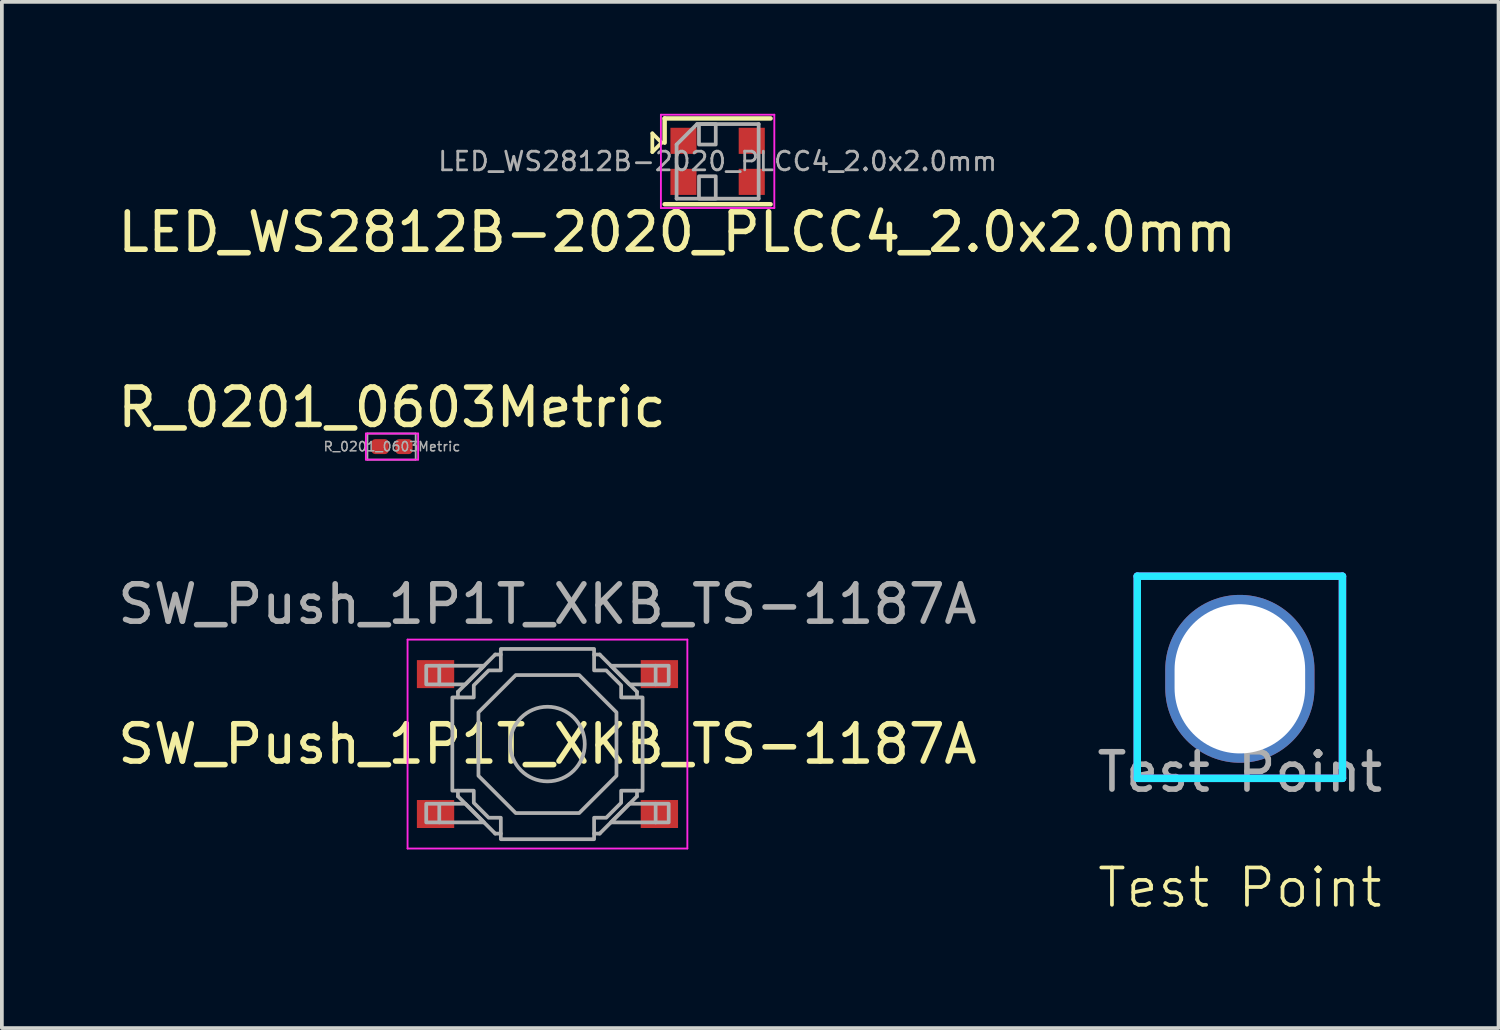
<source format=kicad_pcb>
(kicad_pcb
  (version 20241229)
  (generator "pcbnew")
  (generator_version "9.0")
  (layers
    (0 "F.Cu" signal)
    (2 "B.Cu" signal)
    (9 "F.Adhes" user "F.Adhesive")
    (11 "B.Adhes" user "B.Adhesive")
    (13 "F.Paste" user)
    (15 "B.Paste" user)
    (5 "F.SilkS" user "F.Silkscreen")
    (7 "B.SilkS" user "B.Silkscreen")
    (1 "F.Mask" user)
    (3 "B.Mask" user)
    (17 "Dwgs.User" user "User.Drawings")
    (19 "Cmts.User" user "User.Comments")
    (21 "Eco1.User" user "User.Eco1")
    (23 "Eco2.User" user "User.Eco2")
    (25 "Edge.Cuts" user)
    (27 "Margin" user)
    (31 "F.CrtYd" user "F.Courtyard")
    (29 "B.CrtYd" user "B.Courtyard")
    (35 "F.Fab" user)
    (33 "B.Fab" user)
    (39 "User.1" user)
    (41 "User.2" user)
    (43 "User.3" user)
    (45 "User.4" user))
  (footprint "SW_Push_1P1T_XKB_TS-1187A"
    (layer "F.Cu")
    (at 11.625 16.895)
    (property "Reference" "SW_Push_1P1T_XKB_TS-1187A" (at 0 0 180) (layer "F.SilkS") (effects (font (size 1 1) (thickness 0.15))))
    (attr smd)
    (fp_line (start -3.75 -2.8) (end 3.75 -2.8) (stroke (width 0.05) (type solid)) (layer "F.CrtYd"))
    (fp_line (start -3.75 2.8) (end -3.75 -2.8) (stroke (width 0.05) (type solid)) (layer "F.CrtYd"))
    (fp_line (start 3.75 -2.8) (end 3.75 2.8) (stroke (width 0.05) (type solid)) (layer "F.CrtYd"))
    (fp_line (start 3.75 2.8) (end -3.75 2.8) (stroke (width 0.05) (type solid)) (layer "F.CrtYd"))
    (fp_line (start -2.9 -2.1) (end -2.9 -1.6) (stroke (width 0.1) (type solid)) (layer "F.Fab"))
    (fp_line (start -2.9 2.1) (end -2.9 1.6) (stroke (width 0.1) (type solid)) (layer "F.Fab"))
    (fp_line (start -2.4 -1.4) (end -1.4 -2.4) (stroke (width 0.1) (type solid)) (layer "F.Fab"))
    (fp_line (start -2.4 -1.25) (end -2.4 -1.4) (stroke (width 0.1) (type solid)) (layer "F.Fab"))
    (fp_line (start -2.4 1.4) (end -2.4 1.25) (stroke (width 0.1) (type solid)) (layer "F.Fab"))
    (fp_line (start -1.4 -2.4) (end -1.25 -2.4) (stroke (width 0.1) (type solid)) (layer "F.Fab"))
    (fp_line (start -1.4 2.4) (end -2.4 1.4) (stroke (width 0.1) (type solid)) (layer "F.Fab"))
    (fp_line (start -1.25 2.4) (end -1.4 2.4) (stroke (width 0.1) (type solid)) (layer "F.Fab"))
    (fp_line (start 1.25 -2.4) (end 1.4 -2.4) (stroke (width 0.1) (type solid)) (layer "F.Fab"))
    (fp_line (start 1.4 -2.4) (end 2.4 -1.4) (stroke (width 0.1) (type solid)) (layer "F.Fab"))
    (fp_line (start 1.4 2.4) (end 1.25 2.4) (stroke (width 0.1) (type solid)) (layer "F.Fab"))
    (fp_line (start 2.4 -1.4) (end 2.4 -1.25) (stroke (width 0.1) (type solid)) (layer "F.Fab"))
    (fp_line (start 2.4 1.25) (end 2.4 1.4) (stroke (width 0.1) (type solid)) (layer "F.Fab"))
    (fp_line (start 2.4 1.4) (end 1.4 2.4) (stroke (width 0.1) (type solid)) (layer "F.Fab"))
    (fp_line (start 2.9 -2.1) (end 2.9 -1.6) (stroke (width 0.1) (type solid)) (layer "F.Fab"))
    (fp_line (start 2.9 2.1) (end 2.9 1.6) (stroke (width 0.1) (type solid)) (layer "F.Fab"))
    (fp_circle (center 0 0) (end 1 0) (stroke (width 0.1) (type solid)) (fill no) (layer "F.Fab"))
    (fp_poly (pts (xy -1.7 -2.1) (xy -2.2 -1.6) (xy -3.25 -1.6) (xy -3.25 -2.1)) (stroke (width 0.1) (type solid)) (fill no) (layer "F.Fab"))
    (fp_poly (pts (xy -1.7 2.1) (xy -2.2 1.6) (xy -3.25 1.6) (xy -3.25 2.1)) (stroke (width 0.1) (type solid)) (fill no) (layer "F.Fab"))
    (fp_poly (pts (xy 1.7 -2.1) (xy 2.2 -1.6) (xy 3.25 -1.6) (xy 3.25 -2.1)) (stroke (width 0.1) (type solid)) (fill no) (layer "F.Fab"))
    (fp_poly (pts (xy 1.7 2.1) (xy 2.2 1.6) (xy 3.25 1.6) (xy 3.25 2.1)) (stroke (width 0.1) (type solid)) (fill no) (layer "F.Fab"))
    (fp_poly (pts (xy 0.85 -1.85) (xy 1.85 -0.85) (xy 1.85 0.85) (xy 0.85 1.85) (xy -0.85 1.85) (xy -1.85 0.85) (xy -1.85 -0.85) (xy -0.85 -1.85)) (stroke (width 0.1) (type solid)) (fill no) (layer "F.Fab"))
    (fp_poly (pts (xy -1.25 -2.55) (xy 1.25 -2.55) (xy 1.25 -1.975) (xy 1.575 -1.975) (xy 1.975 -1.575) (xy 1.975 -1.25) (xy 2.55 -1.25) (xy 2.55 1.25) (xy 1.975 1.25) (xy 1.975 1.575) (xy 1.575 1.975) (xy 1.25 1.975) (xy 1.25 2.55) (xy -1.25 2.55) (xy -1.25 1.975) (xy -1.575 1.975) (xy -1.975 1.575) (xy -1.975 1.25) (xy -2.55 1.25) (xy -2.55 -1.25) (xy -1.975 -1.25) (xy -1.975 -1.575) (xy -1.575 -1.975) (xy -1.25 -1.975)) (stroke (width 0.1) (type solid)) (fill no) (layer "F.Fab"))
    (fp_text user "${REFERENCE}" (at 0 -3.75 180) (layer "F.Fab") (effects (font (size 1 1) (thickness 0.15))))
    (pad "1" smd rect (at -3 -1.875) (size 1 0.75) (layers "F.Cu" "F.Mask" "F.Paste"))
    (pad "1" smd rect (at 3 -1.875) (size 1 0.75) (layers "F.Cu" "F.Mask" "F.Paste"))
    (pad "2" smd rect (at -3 1.875) (size 1 0.75) (layers "F.Cu" "F.Mask" "F.Paste"))
    (pad "2" smd rect (at 3 1.875) (size 1 0.75) (layers "F.Cu" "F.Mask" "F.Paste")))
  (footprint "Test Point"
    (layer "F.Cu")
    (at 30.185 15.146)
    (property "Reference" "Test Point" (at 0 5.6 0) (unlocked yes) (layer "F.SilkS") (effects (font (size 1 1) (thickness 0.1))))
    (attr through_hole exclude_from_pos_files exclude_from_bom allow_missing_courtyard)
    (fp_line (start -2.75 -2.75) (end 2.75 -2.75) (stroke (width 0.2) (type solid)) (layer "B.CrtYd"))
    (fp_line (start -2.75 2.667) (end -2.75 -2.75) (stroke (width 0.2) (type solid)) (layer "B.CrtYd"))
    (fp_line (start 2.75 -2.75) (end 2.75 2.667) (stroke (width 0.2) (type solid)) (layer "B.CrtYd"))
    (fp_line (start 2.75 2.667) (end -2.75 2.667) (stroke (width 0.2) (type solid)) (layer "B.CrtYd"))
    (fp_line (start -2.75 -2.75) (end -2.75 2.667) (stroke (width 0.2) (type solid)) (layer "F.CrtYd"))
    (fp_line (start -2.75 -2.75) (end 2.75 -2.75) (stroke (width 0.2) (type solid)) (layer "F.CrtYd"))
    (fp_line (start 2.75 -2.75) (end 2.75 2.667) (stroke (width 0.2) (type solid)) (layer "F.CrtYd"))
    (fp_line (start 2.75 2.667) (end -2.75 2.667) (stroke (width 0.2) (type solid)) (layer "F.CrtYd"))
    (fp_text user "${REFERENCE}" (at 0 2.5 0) (unlocked yes) (layer "F.Fab") (effects (font (size 1 1) (thickness 0.15))))
    (pad "1" thru_hole oval (at 0 0) (size 4 4.5) (drill oval 3.5 4) (layers "*.Cu" "*.Mask")))
  (footprint "LED_WS2812B-2020_PLCC4_2.0x2.0mm"
    (layer "F.Cu")
    (at 16.186 1.275)
    (property "Reference" "LED_WS2812B-2020_PLCC4_2.0x2.0mm" (at -1.085 1.9 0) (layer "F.SilkS") (effects (font (size 1 1) (thickness 0.15))))
    (attr smd)
    (fp_line (start -1.75 -0.75) (end -1.5 -0.5) (stroke (width 0.1) (type default)) (layer "F.SilkS"))
    (fp_line (start -1.75 -0.25) (end -1.75 -0.75) (stroke (width 0.1) (type default)) (layer "F.SilkS"))
    (fp_line (start -1.5 -0.5) (end -1.75 -0.25) (stroke (width 0.1) (type default)) (layer "F.SilkS"))
    (fp_line (start -1.42 -1.15) (end -1.42 -0.5) (stroke (width 0.12) (type solid)) (layer "F.SilkS"))
    (fp_line (start -1.42 -1.15) (end 1.42 -1.15) (stroke (width 0.12) (type solid)) (layer "F.SilkS"))
    (fp_line (start -1.42 1.15) (end 1.42 1.15) (stroke (width 0.12) (type solid)) (layer "F.SilkS"))
    (fp_line (start -1.52 -1.25) (end -1.52 1.25) (stroke (width 0.05) (type solid)) (layer "F.CrtYd"))
    (fp_line (start -1.52 1.25) (end 1.52 1.25) (stroke (width 0.05) (type solid)) (layer "F.CrtYd"))
    (fp_line (start 1.52 -1.25) (end -1.52 -1.25) (stroke (width 0.05) (type solid)) (layer "F.CrtYd"))
    (fp_line (start 1.52 1.25) (end 1.52 -1.25) (stroke (width 0.05) (type solid)) (layer "F.CrtYd"))
    (fp_line (start -1.1 -0.45) (end -1.1 1) (stroke (width 0.1) (type solid)) (layer "F.Fab"))
    (fp_line (start -1.1 1) (end 1.1 1) (stroke (width 0.1) (type solid)) (layer "F.Fab"))
    (fp_line (start -0.55 -1) (end -1.1 -0.45) (stroke (width 0.1) (type solid)) (layer "F.Fab"))
    (fp_line (start 1.1 -1) (end -0.55 -1) (stroke (width 0.1) (type solid)) (layer "F.Fab"))
    (fp_line (start 1.1 -1) (end 1.1 1) (stroke (width 0.1) (type solid)) (layer "F.Fab"))
    (fp_rect (start -0.5 -1) (end -0.05 -0.45) (stroke (width 0.1) (type solid)) (fill no) (layer "F.Fab"))
    (fp_rect (start -0.5 0.4) (end -0.05 1) (stroke (width 0.1) (type solid)) (fill no) (layer "F.Fab"))
    (fp_text user "${REFERENCE}" (at 0 0 0) (layer "F.Fab") (effects (font (size 0.5 0.5) (thickness 0.075))))
    (pad "1" smd rect (at -0.915 -0.55) (size 0.7 0.7) (layers "F.Cu" "F.Mask" "F.Paste"))
    (pad "2" smd rect (at -0.915 0.55) (size 0.7 0.7) (layers "F.Cu" "F.Mask" "F.Paste"))
    (pad "3" smd rect (at 0.915 0.55) (size 0.7 0.7) (layers "F.Cu" "F.Mask" "F.Paste"))
    (pad "4" smd rect (at 0.915 -0.55) (size 0.7 0.7) (layers "F.Cu" "F.Mask" "F.Paste")))
  (footprint "R_0201_0603Metric"
    (layer "F.Cu")
    (at 7.458 8.921)
    (property "Reference" "R_0201_0603Metric" (at 0 -1.05 0) (layer "F.SilkS") (effects (font (size 1 1) (thickness 0.15))))
    (attr smd)
    (fp_line (start -0.7 -0.35) (end 0.7 -0.35) (stroke (width 0.05) (type solid)) (layer "F.CrtYd"))
    (fp_line (start -0.7 0.35) (end -0.7 -0.35) (stroke (width 0.05) (type solid)) (layer "F.CrtYd"))
    (fp_line (start 0.7 -0.35) (end 0.7 0.35) (stroke (width 0.05) (type solid)) (layer "F.CrtYd"))
    (fp_line (start 0.7 0.35) (end -0.7 0.35) (stroke (width 0.05) (type solid)) (layer "F.CrtYd"))
    (fp_line (start -0.66 -0.35) (end 0.635 -0.35) (stroke (width 0.05) (type solid)) (layer "F.Fab"))
    (fp_line (start -0.66 0.35) (end -0.66 -0.35) (stroke (width 0.05) (type solid)) (layer "F.Fab"))
    (fp_line (start 0.635 0.35) (end -0.66 0.35) (stroke (width 0.05) (type solid)) (layer "F.Fab"))
    (fp_line (start 0.635 0.35) (end 0.635 -0.35) (stroke (width 0.05) (type solid)) (layer "F.Fab"))
    (fp_text user "${REFERENCE}" (at 0 0 0) (layer "F.Fab") (effects (font (size 0.25 0.25) (thickness 0.04))))
    (pad "" smd roundrect (at -0.345 0) (size 0.318 0.36) (layers "F.Paste") (roundrect_rratio 0.25))
    (pad "" smd roundrect (at 0.345 0) (size 0.318 0.36) (layers "F.Paste") (roundrect_rratio 0.25))
    (pad "1" smd roundrect (at -0.32 0) (size 0.46 0.4) (layers "F.Cu" "F.Mask") (roundrect_rratio 0.25))
    (pad "2" smd roundrect (at 0.32 0) (size 0.46 0.4) (layers "F.Cu" "F.Mask") (roundrect_rratio 0.25)))
  (gr_rect
    (start -3 -3)
    (end 37.119 24.507)
    (stroke (width 0.1) (type default))
    (fill no)
    (layer "Edge.Cuts")))
</source>
